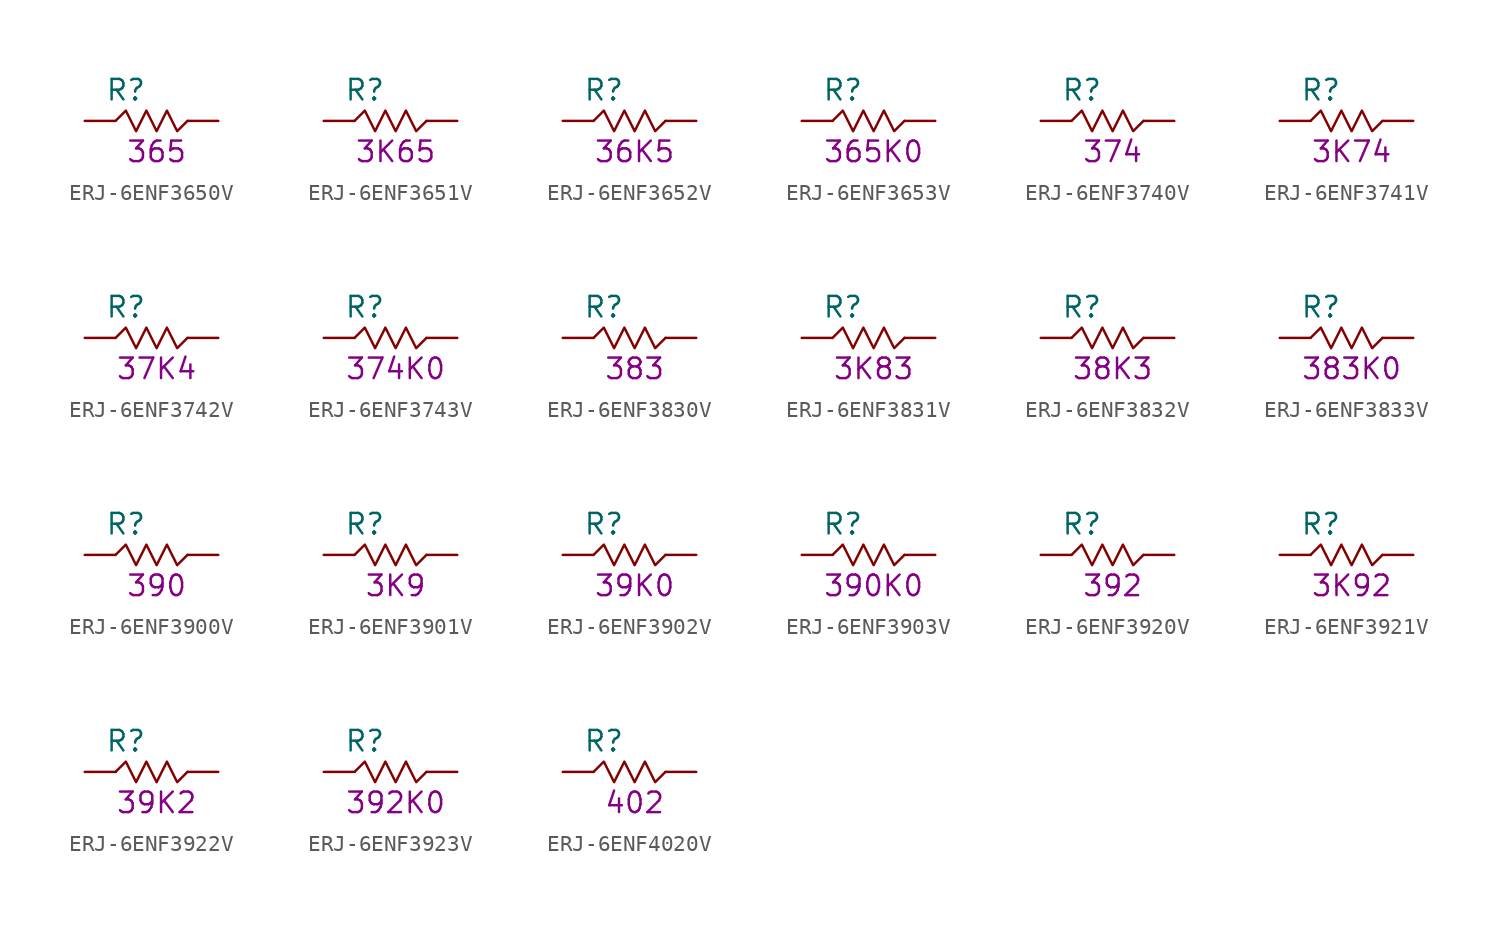
<source format=kicad_sym>
(kicad_symbol_lib
  (version 20211014)
  (generator KiCadLib_py)
  (symbol "ERJ-6ENF3650V"
    (pin_numbers hide)
    (pin_names hide)
    (property "Reference" "R"
      (at -1.905 1.905 0)
      (effects (font (size 1.27 1.27))))
    (property "Val" "365"
      (at 0 -1.905 0)
      (effects (font (size 1.27 1.27))))
    (symbol "ERJ-6ENF3650V_0_1"
      (polyline (pts (xy -2.54 0) (xy -1.905 0.635) (xy -1.27 -0.635) (xy -0.635 0.635) (xy 0 -0.635) (xy 0.635 0.635) (xy 1.27 -0.635) (xy 1.905 0)) (stroke (width 0) (type default) (color 0 0 0 0)) (fill (type none))))
    (symbol "ERJ-6ENF3650V_1_1"
      (pin passive line (at -4.445 0 0) (length 1.905) (name "~" (effects (font (size 1.27 1.27)))) (number "1" (effects (font (size 1.27 1.27)))))
      (pin passive line (at 3.81 0 180) (length 1.905) (name "~" (effects (font (size 1.27 1.27)))) (number "2" (effects (font (size 1.27 1.27)))))))
  (symbol "ERJ-6ENF3651V"
    (pin_numbers hide)
    (pin_names hide)
    (property "Reference" "R"
      (at -1.905 1.905 0)
      (effects (font (size 1.27 1.27))))
    (property "Val" "3K65"
      (at 0 -1.905 0)
      (effects (font (size 1.27 1.27))))
    (symbol "ERJ-6ENF3651V_0_1"
      (polyline (pts (xy -2.54 0) (xy -1.905 0.635) (xy -1.27 -0.635) (xy -0.635 0.635) (xy 0 -0.635) (xy 0.635 0.635) (xy 1.27 -0.635) (xy 1.905 0)) (stroke (width 0) (type default) (color 0 0 0 0)) (fill (type none))))
    (symbol "ERJ-6ENF3651V_1_1"
      (pin passive line (at -4.445 0 0) (length 1.905) (name "~" (effects (font (size 1.27 1.27)))) (number "1" (effects (font (size 1.27 1.27)))))
      (pin passive line (at 3.81 0 180) (length 1.905) (name "~" (effects (font (size 1.27 1.27)))) (number "2" (effects (font (size 1.27 1.27)))))))
  (symbol "ERJ-6ENF3652V"
    (pin_numbers hide)
    (pin_names hide)
    (property "Reference" "R"
      (at -1.905 1.905 0)
      (effects (font (size 1.27 1.27))))
    (property "Val" "36K5"
      (at 0 -1.905 0)
      (effects (font (size 1.27 1.27))))
    (symbol "ERJ-6ENF3652V_0_1"
      (polyline (pts (xy -2.54 0) (xy -1.905 0.635) (xy -1.27 -0.635) (xy -0.635 0.635) (xy 0 -0.635) (xy 0.635 0.635) (xy 1.27 -0.635) (xy 1.905 0)) (stroke (width 0) (type default) (color 0 0 0 0)) (fill (type none))))
    (symbol "ERJ-6ENF3652V_1_1"
      (pin passive line (at -4.445 0 0) (length 1.905) (name "~" (effects (font (size 1.27 1.27)))) (number "1" (effects (font (size 1.27 1.27)))))
      (pin passive line (at 3.81 0 180) (length 1.905) (name "~" (effects (font (size 1.27 1.27)))) (number "2" (effects (font (size 1.27 1.27)))))))
  (symbol "ERJ-6ENF3653V"
    (pin_numbers hide)
    (pin_names hide)
    (property "Reference" "R"
      (at -1.905 1.905 0)
      (effects (font (size 1.27 1.27))))
    (property "Val" "365K0"
      (at 0 -1.905 0)
      (effects (font (size 1.27 1.27))))
    (symbol "ERJ-6ENF3653V_0_1"
      (polyline (pts (xy -2.54 0) (xy -1.905 0.635) (xy -1.27 -0.635) (xy -0.635 0.635) (xy 0 -0.635) (xy 0.635 0.635) (xy 1.27 -0.635) (xy 1.905 0)) (stroke (width 0) (type default) (color 0 0 0 0)) (fill (type none))))
    (symbol "ERJ-6ENF3653V_1_1"
      (pin passive line (at -4.445 0 0) (length 1.905) (name "~" (effects (font (size 1.27 1.27)))) (number "1" (effects (font (size 1.27 1.27)))))
      (pin passive line (at 3.81 0 180) (length 1.905) (name "~" (effects (font (size 1.27 1.27)))) (number "2" (effects (font (size 1.27 1.27)))))))
  (symbol "ERJ-6ENF3740V"
    (pin_numbers hide)
    (pin_names hide)
    (property "Reference" "R"
      (at -1.905 1.905 0)
      (effects (font (size 1.27 1.27))))
    (property "Val" "374"
      (at 0 -1.905 0)
      (effects (font (size 1.27 1.27))))
    (symbol "ERJ-6ENF3740V_0_1"
      (polyline (pts (xy -2.54 0) (xy -1.905 0.635) (xy -1.27 -0.635) (xy -0.635 0.635) (xy 0 -0.635) (xy 0.635 0.635) (xy 1.27 -0.635) (xy 1.905 0)) (stroke (width 0) (type default) (color 0 0 0 0)) (fill (type none))))
    (symbol "ERJ-6ENF3740V_1_1"
      (pin passive line (at -4.445 0 0) (length 1.905) (name "~" (effects (font (size 1.27 1.27)))) (number "1" (effects (font (size 1.27 1.27)))))
      (pin passive line (at 3.81 0 180) (length 1.905) (name "~" (effects (font (size 1.27 1.27)))) (number "2" (effects (font (size 1.27 1.27)))))))
  (symbol "ERJ-6ENF3741V"
    (pin_numbers hide)
    (pin_names hide)
    (property "Reference" "R"
      (at -1.905 1.905 0)
      (effects (font (size 1.27 1.27))))
    (property "Val" "3K74"
      (at 0 -1.905 0)
      (effects (font (size 1.27 1.27))))
    (symbol "ERJ-6ENF3741V_0_1"
      (polyline (pts (xy -2.54 0) (xy -1.905 0.635) (xy -1.27 -0.635) (xy -0.635 0.635) (xy 0 -0.635) (xy 0.635 0.635) (xy 1.27 -0.635) (xy 1.905 0)) (stroke (width 0) (type default) (color 0 0 0 0)) (fill (type none))))
    (symbol "ERJ-6ENF3741V_1_1"
      (pin passive line (at -4.445 0 0) (length 1.905) (name "~" (effects (font (size 1.27 1.27)))) (number "1" (effects (font (size 1.27 1.27)))))
      (pin passive line (at 3.81 0 180) (length 1.905) (name "~" (effects (font (size 1.27 1.27)))) (number "2" (effects (font (size 1.27 1.27)))))))
  (symbol "ERJ-6ENF3742V"
    (pin_numbers hide)
    (pin_names hide)
    (property "Reference" "R"
      (at -1.905 1.905 0)
      (effects (font (size 1.27 1.27))))
    (property "Val" "37K4"
      (at 0 -1.905 0)
      (effects (font (size 1.27 1.27))))
    (symbol "ERJ-6ENF3742V_0_1"
      (polyline (pts (xy -2.54 0) (xy -1.905 0.635) (xy -1.27 -0.635) (xy -0.635 0.635) (xy 0 -0.635) (xy 0.635 0.635) (xy 1.27 -0.635) (xy 1.905 0)) (stroke (width 0) (type default) (color 0 0 0 0)) (fill (type none))))
    (symbol "ERJ-6ENF3742V_1_1"
      (pin passive line (at -4.445 0 0) (length 1.905) (name "~" (effects (font (size 1.27 1.27)))) (number "1" (effects (font (size 1.27 1.27)))))
      (pin passive line (at 3.81 0 180) (length 1.905) (name "~" (effects (font (size 1.27 1.27)))) (number "2" (effects (font (size 1.27 1.27)))))))
  (symbol "ERJ-6ENF3743V"
    (pin_numbers hide)
    (pin_names hide)
    (property "Reference" "R"
      (at -1.905 1.905 0)
      (effects (font (size 1.27 1.27))))
    (property "Val" "374K0"
      (at 0 -1.905 0)
      (effects (font (size 1.27 1.27))))
    (symbol "ERJ-6ENF3743V_0_1"
      (polyline (pts (xy -2.54 0) (xy -1.905 0.635) (xy -1.27 -0.635) (xy -0.635 0.635) (xy 0 -0.635) (xy 0.635 0.635) (xy 1.27 -0.635) (xy 1.905 0)) (stroke (width 0) (type default) (color 0 0 0 0)) (fill (type none))))
    (symbol "ERJ-6ENF3743V_1_1"
      (pin passive line (at -4.445 0 0) (length 1.905) (name "~" (effects (font (size 1.27 1.27)))) (number "1" (effects (font (size 1.27 1.27)))))
      (pin passive line (at 3.81 0 180) (length 1.905) (name "~" (effects (font (size 1.27 1.27)))) (number "2" (effects (font (size 1.27 1.27)))))))
  (symbol "ERJ-6ENF3830V"
    (pin_numbers hide)
    (pin_names hide)
    (property "Reference" "R"
      (at -1.905 1.905 0)
      (effects (font (size 1.27 1.27))))
    (property "Val" "383"
      (at 0 -1.905 0)
      (effects (font (size 1.27 1.27))))
    (symbol "ERJ-6ENF3830V_0_1"
      (polyline (pts (xy -2.54 0) (xy -1.905 0.635) (xy -1.27 -0.635) (xy -0.635 0.635) (xy 0 -0.635) (xy 0.635 0.635) (xy 1.27 -0.635) (xy 1.905 0)) (stroke (width 0) (type default) (color 0 0 0 0)) (fill (type none))))
    (symbol "ERJ-6ENF3830V_1_1"
      (pin passive line (at -4.445 0 0) (length 1.905) (name "~" (effects (font (size 1.27 1.27)))) (number "1" (effects (font (size 1.27 1.27)))))
      (pin passive line (at 3.81 0 180) (length 1.905) (name "~" (effects (font (size 1.27 1.27)))) (number "2" (effects (font (size 1.27 1.27)))))))
  (symbol "ERJ-6ENF3831V"
    (pin_numbers hide)
    (pin_names hide)
    (property "Reference" "R"
      (at -1.905 1.905 0)
      (effects (font (size 1.27 1.27))))
    (property "Val" "3K83"
      (at 0 -1.905 0)
      (effects (font (size 1.27 1.27))))
    (symbol "ERJ-6ENF3831V_0_1"
      (polyline (pts (xy -2.54 0) (xy -1.905 0.635) (xy -1.27 -0.635) (xy -0.635 0.635) (xy 0 -0.635) (xy 0.635 0.635) (xy 1.27 -0.635) (xy 1.905 0)) (stroke (width 0) (type default) (color 0 0 0 0)) (fill (type none))))
    (symbol "ERJ-6ENF3831V_1_1"
      (pin passive line (at -4.445 0 0) (length 1.905) (name "~" (effects (font (size 1.27 1.27)))) (number "1" (effects (font (size 1.27 1.27)))))
      (pin passive line (at 3.81 0 180) (length 1.905) (name "~" (effects (font (size 1.27 1.27)))) (number "2" (effects (font (size 1.27 1.27)))))))
  (symbol "ERJ-6ENF3832V"
    (pin_numbers hide)
    (pin_names hide)
    (property "Reference" "R"
      (at -1.905 1.905 0)
      (effects (font (size 1.27 1.27))))
    (property "Val" "38K3"
      (at 0 -1.905 0)
      (effects (font (size 1.27 1.27))))
    (symbol "ERJ-6ENF3832V_0_1"
      (polyline (pts (xy -2.54 0) (xy -1.905 0.635) (xy -1.27 -0.635) (xy -0.635 0.635) (xy 0 -0.635) (xy 0.635 0.635) (xy 1.27 -0.635) (xy 1.905 0)) (stroke (width 0) (type default) (color 0 0 0 0)) (fill (type none))))
    (symbol "ERJ-6ENF3832V_1_1"
      (pin passive line (at -4.445 0 0) (length 1.905) (name "~" (effects (font (size 1.27 1.27)))) (number "1" (effects (font (size 1.27 1.27)))))
      (pin passive line (at 3.81 0 180) (length 1.905) (name "~" (effects (font (size 1.27 1.27)))) (number "2" (effects (font (size 1.27 1.27)))))))
  (symbol "ERJ-6ENF3833V"
    (pin_numbers hide)
    (pin_names hide)
    (property "Reference" "R"
      (at -1.905 1.905 0)
      (effects (font (size 1.27 1.27))))
    (property "Val" "383K0"
      (at 0 -1.905 0)
      (effects (font (size 1.27 1.27))))
    (symbol "ERJ-6ENF3833V_0_1"
      (polyline (pts (xy -2.54 0) (xy -1.905 0.635) (xy -1.27 -0.635) (xy -0.635 0.635) (xy 0 -0.635) (xy 0.635 0.635) (xy 1.27 -0.635) (xy 1.905 0)) (stroke (width 0) (type default) (color 0 0 0 0)) (fill (type none))))
    (symbol "ERJ-6ENF3833V_1_1"
      (pin passive line (at -4.445 0 0) (length 1.905) (name "~" (effects (font (size 1.27 1.27)))) (number "1" (effects (font (size 1.27 1.27)))))
      (pin passive line (at 3.81 0 180) (length 1.905) (name "~" (effects (font (size 1.27 1.27)))) (number "2" (effects (font (size 1.27 1.27)))))))
  (symbol "ERJ-6ENF3900V"
    (pin_numbers hide)
    (pin_names hide)
    (property "Reference" "R"
      (at -1.905 1.905 0)
      (effects (font (size 1.27 1.27))))
    (property "Val" "390"
      (at 0 -1.905 0)
      (effects (font (size 1.27 1.27))))
    (symbol "ERJ-6ENF3900V_0_1"
      (polyline (pts (xy -2.54 0) (xy -1.905 0.635) (xy -1.27 -0.635) (xy -0.635 0.635) (xy 0 -0.635) (xy 0.635 0.635) (xy 1.27 -0.635) (xy 1.905 0)) (stroke (width 0) (type default) (color 0 0 0 0)) (fill (type none))))
    (symbol "ERJ-6ENF3900V_1_1"
      (pin passive line (at -4.445 0 0) (length 1.905) (name "~" (effects (font (size 1.27 1.27)))) (number "1" (effects (font (size 1.27 1.27)))))
      (pin passive line (at 3.81 0 180) (length 1.905) (name "~" (effects (font (size 1.27 1.27)))) (number "2" (effects (font (size 1.27 1.27)))))))
  (symbol "ERJ-6ENF3901V"
    (pin_numbers hide)
    (pin_names hide)
    (property "Reference" "R"
      (at -1.905 1.905 0)
      (effects (font (size 1.27 1.27))))
    (property "Val" "3K9"
      (at 0 -1.905 0)
      (effects (font (size 1.27 1.27))))
    (symbol "ERJ-6ENF3901V_0_1"
      (polyline (pts (xy -2.54 0) (xy -1.905 0.635) (xy -1.27 -0.635) (xy -0.635 0.635) (xy 0 -0.635) (xy 0.635 0.635) (xy 1.27 -0.635) (xy 1.905 0)) (stroke (width 0) (type default) (color 0 0 0 0)) (fill (type none))))
    (symbol "ERJ-6ENF3901V_1_1"
      (pin passive line (at -4.445 0 0) (length 1.905) (name "~" (effects (font (size 1.27 1.27)))) (number "1" (effects (font (size 1.27 1.27)))))
      (pin passive line (at 3.81 0 180) (length 1.905) (name "~" (effects (font (size 1.27 1.27)))) (number "2" (effects (font (size 1.27 1.27)))))))
  (symbol "ERJ-6ENF3902V"
    (pin_numbers hide)
    (pin_names hide)
    (property "Reference" "R"
      (at -1.905 1.905 0)
      (effects (font (size 1.27 1.27))))
    (property "Val" "39K0"
      (at 0 -1.905 0)
      (effects (font (size 1.27 1.27))))
    (symbol "ERJ-6ENF3902V_0_1"
      (polyline (pts (xy -2.54 0) (xy -1.905 0.635) (xy -1.27 -0.635) (xy -0.635 0.635) (xy 0 -0.635) (xy 0.635 0.635) (xy 1.27 -0.635) (xy 1.905 0)) (stroke (width 0) (type default) (color 0 0 0 0)) (fill (type none))))
    (symbol "ERJ-6ENF3902V_1_1"
      (pin passive line (at -4.445 0 0) (length 1.905) (name "~" (effects (font (size 1.27 1.27)))) (number "1" (effects (font (size 1.27 1.27)))))
      (pin passive line (at 3.81 0 180) (length 1.905) (name "~" (effects (font (size 1.27 1.27)))) (number "2" (effects (font (size 1.27 1.27)))))))
  (symbol "ERJ-6ENF3903V"
    (pin_numbers hide)
    (pin_names hide)
    (property "Reference" "R"
      (at -1.905 1.905 0)
      (effects (font (size 1.27 1.27))))
    (property "Val" "390K0"
      (at 0 -1.905 0)
      (effects (font (size 1.27 1.27))))
    (symbol "ERJ-6ENF3903V_0_1"
      (polyline (pts (xy -2.54 0) (xy -1.905 0.635) (xy -1.27 -0.635) (xy -0.635 0.635) (xy 0 -0.635) (xy 0.635 0.635) (xy 1.27 -0.635) (xy 1.905 0)) (stroke (width 0) (type default) (color 0 0 0 0)) (fill (type none))))
    (symbol "ERJ-6ENF3903V_1_1"
      (pin passive line (at -4.445 0 0) (length 1.905) (name "~" (effects (font (size 1.27 1.27)))) (number "1" (effects (font (size 1.27 1.27)))))
      (pin passive line (at 3.81 0 180) (length 1.905) (name "~" (effects (font (size 1.27 1.27)))) (number "2" (effects (font (size 1.27 1.27)))))))
  (symbol "ERJ-6ENF3920V"
    (pin_numbers hide)
    (pin_names hide)
    (property "Reference" "R"
      (at -1.905 1.905 0)
      (effects (font (size 1.27 1.27))))
    (property "Val" "392"
      (at 0 -1.905 0)
      (effects (font (size 1.27 1.27))))
    (symbol "ERJ-6ENF3920V_0_1"
      (polyline (pts (xy -2.54 0) (xy -1.905 0.635) (xy -1.27 -0.635) (xy -0.635 0.635) (xy 0 -0.635) (xy 0.635 0.635) (xy 1.27 -0.635) (xy 1.905 0)) (stroke (width 0) (type default) (color 0 0 0 0)) (fill (type none))))
    (symbol "ERJ-6ENF3920V_1_1"
      (pin passive line (at -4.445 0 0) (length 1.905) (name "~" (effects (font (size 1.27 1.27)))) (number "1" (effects (font (size 1.27 1.27)))))
      (pin passive line (at 3.81 0 180) (length 1.905) (name "~" (effects (font (size 1.27 1.27)))) (number "2" (effects (font (size 1.27 1.27)))))))
  (symbol "ERJ-6ENF3921V"
    (pin_numbers hide)
    (pin_names hide)
    (property "Reference" "R"
      (at -1.905 1.905 0)
      (effects (font (size 1.27 1.27))))
    (property "Val" "3K92"
      (at 0 -1.905 0)
      (effects (font (size 1.27 1.27))))
    (symbol "ERJ-6ENF3921V_0_1"
      (polyline (pts (xy -2.54 0) (xy -1.905 0.635) (xy -1.27 -0.635) (xy -0.635 0.635) (xy 0 -0.635) (xy 0.635 0.635) (xy 1.27 -0.635) (xy 1.905 0)) (stroke (width 0) (type default) (color 0 0 0 0)) (fill (type none))))
    (symbol "ERJ-6ENF3921V_1_1"
      (pin passive line (at -4.445 0 0) (length 1.905) (name "~" (effects (font (size 1.27 1.27)))) (number "1" (effects (font (size 1.27 1.27)))))
      (pin passive line (at 3.81 0 180) (length 1.905) (name "~" (effects (font (size 1.27 1.27)))) (number "2" (effects (font (size 1.27 1.27)))))))
  (symbol "ERJ-6ENF3922V"
    (pin_numbers hide)
    (pin_names hide)
    (property "Reference" "R"
      (at -1.905 1.905 0)
      (effects (font (size 1.27 1.27))))
    (property "Val" "39K2"
      (at 0 -1.905 0)
      (effects (font (size 1.27 1.27))))
    (symbol "ERJ-6ENF3922V_0_1"
      (polyline (pts (xy -2.54 0) (xy -1.905 0.635) (xy -1.27 -0.635) (xy -0.635 0.635) (xy 0 -0.635) (xy 0.635 0.635) (xy 1.27 -0.635) (xy 1.905 0)) (stroke (width 0) (type default) (color 0 0 0 0)) (fill (type none))))
    (symbol "ERJ-6ENF3922V_1_1"
      (pin passive line (at -4.445 0 0) (length 1.905) (name "~" (effects (font (size 1.27 1.27)))) (number "1" (effects (font (size 1.27 1.27)))))
      (pin passive line (at 3.81 0 180) (length 1.905) (name "~" (effects (font (size 1.27 1.27)))) (number "2" (effects (font (size 1.27 1.27)))))))
  (symbol "ERJ-6ENF3923V"
    (pin_numbers hide)
    (pin_names hide)
    (property "Reference" "R"
      (at -1.905 1.905 0)
      (effects (font (size 1.27 1.27))))
    (property "Val" "392K0"
      (at 0 -1.905 0)
      (effects (font (size 1.27 1.27))))
    (symbol "ERJ-6ENF3923V_0_1"
      (polyline (pts (xy -2.54 0) (xy -1.905 0.635) (xy -1.27 -0.635) (xy -0.635 0.635) (xy 0 -0.635) (xy 0.635 0.635) (xy 1.27 -0.635) (xy 1.905 0)) (stroke (width 0) (type default) (color 0 0 0 0)) (fill (type none))))
    (symbol "ERJ-6ENF3923V_1_1"
      (pin passive line (at -4.445 0 0) (length 1.905) (name "~" (effects (font (size 1.27 1.27)))) (number "1" (effects (font (size 1.27 1.27)))))
      (pin passive line (at 3.81 0 180) (length 1.905) (name "~" (effects (font (size 1.27 1.27)))) (number "2" (effects (font (size 1.27 1.27)))))))
  (symbol "ERJ-6ENF4020V"
    (pin_numbers hide)
    (pin_names hide)
    (property "Reference" "R"
      (at -1.905 1.905 0)
      (effects (font (size 1.27 1.27))))
    (property "Val" "402"
      (at 0 -1.905 0)
      (effects (font (size 1.27 1.27))))
    (symbol "ERJ-6ENF4020V_0_1"
      (polyline (pts (xy -2.54 0) (xy -1.905 0.635) (xy -1.27 -0.635) (xy -0.635 0.635) (xy 0 -0.635) (xy 0.635 0.635) (xy 1.27 -0.635) (xy 1.905 0)) (stroke (width 0) (type default) (color 0 0 0 0)) (fill (type none))))
    (symbol "ERJ-6ENF4020V_1_1"
      (pin passive line (at -4.445 0 0) (length 1.905) (name "~" (effects (font (size 1.27 1.27)))) (number "1" (effects (font (size 1.27 1.27)))))
      (pin passive line (at 3.81 0 180) (length 1.905) (name "~" (effects (font (size 1.27 1.27)))) (number "2" (effects (font (size 1.27 1.27))))))))
</source>
